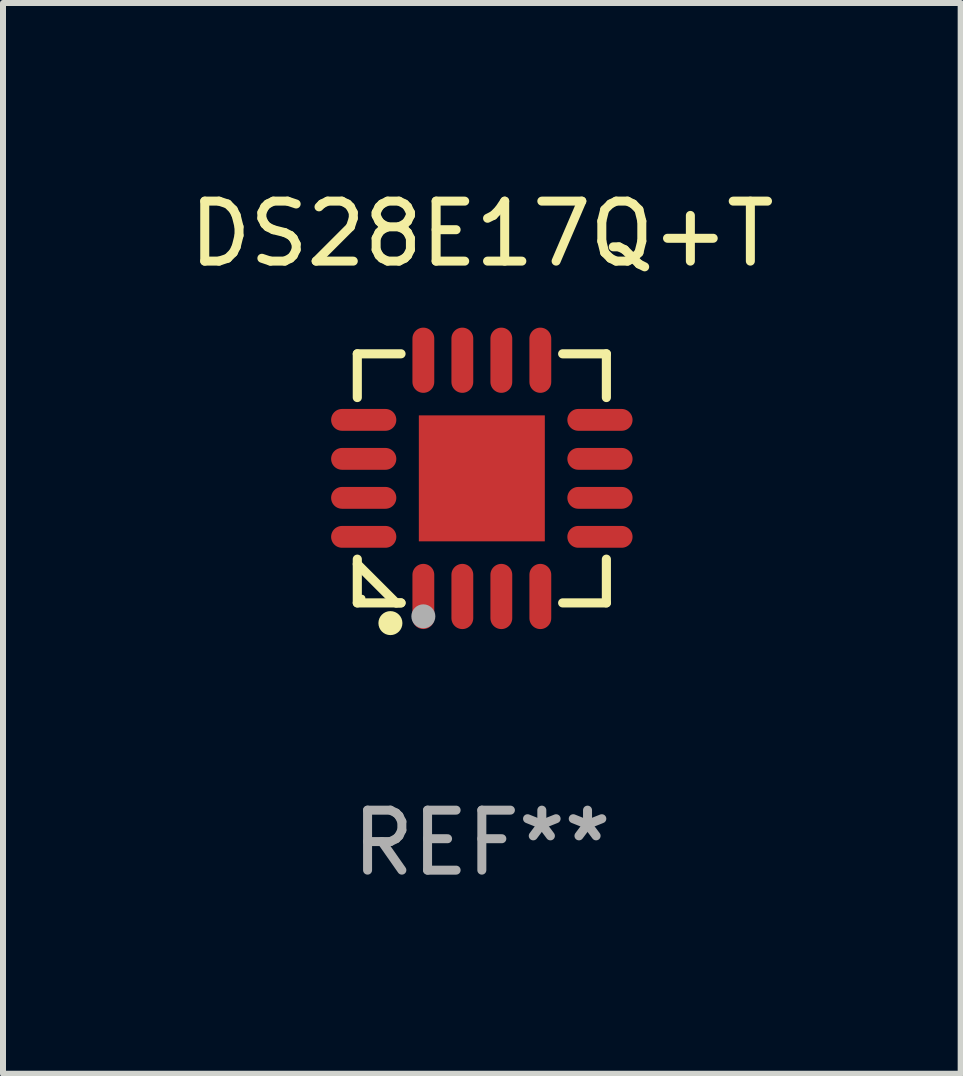
<source format=kicad_pcb>
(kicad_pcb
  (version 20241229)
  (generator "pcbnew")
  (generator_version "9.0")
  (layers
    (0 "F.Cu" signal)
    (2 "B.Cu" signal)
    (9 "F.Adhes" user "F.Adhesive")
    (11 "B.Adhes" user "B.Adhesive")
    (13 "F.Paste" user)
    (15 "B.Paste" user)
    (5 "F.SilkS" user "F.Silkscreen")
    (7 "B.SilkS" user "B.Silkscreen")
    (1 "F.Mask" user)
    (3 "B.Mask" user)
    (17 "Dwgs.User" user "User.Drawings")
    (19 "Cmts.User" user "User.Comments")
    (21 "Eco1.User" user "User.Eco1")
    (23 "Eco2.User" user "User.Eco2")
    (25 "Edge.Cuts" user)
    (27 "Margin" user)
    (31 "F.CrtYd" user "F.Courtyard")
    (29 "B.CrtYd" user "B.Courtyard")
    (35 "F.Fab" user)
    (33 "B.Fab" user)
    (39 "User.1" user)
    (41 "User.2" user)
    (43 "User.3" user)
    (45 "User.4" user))
  (footprint "DS28E17Q+T"
    (layer "F.Cu")
    (at 4.982 4.924)
    (property "Reference" "DS28E17Q+T" (at 0 -4.076 0) (layer "F.SilkS") (effects (font (size 1 1) (thickness 0.15))))
    (attr through_hole)
    (fp_line (start -2.076 -2.076) (end -1.347 -2.076) (stroke (width 0.152) (type solid)) (layer "F.SilkS"))
    (fp_line (start -2.076 -1.347) (end -2.076 -2.076) (stroke (width 0.152) (type solid)) (layer "F.SilkS"))
    (fp_line (start -2.076 1.347) (end -2.076 2.076) (stroke (width 0.152) (type solid)) (layer "F.SilkS"))
    (fp_line (start -2.076 2.076) (end -1.347 2.076) (stroke (width 0.152) (type solid)) (layer "F.SilkS"))
    (fp_line (start -1.429 2.076) (end -2.076 1.429) (stroke (width 0.152) (type solid)) (layer "F.SilkS"))
    (fp_line (start -1.347 2.076) (end -1.429 2.076) (stroke (width 0.152) (type solid)) (layer "F.SilkS"))
    (fp_line (start 2.076 -2.076) (end 1.347 -2.076) (stroke (width 0.152) (type solid)) (layer "F.SilkS"))
    (fp_line (start 2.076 -1.347) (end 2.076 -2.076) (stroke (width 0.152) (type solid)) (layer "F.SilkS"))
    (fp_line (start 2.076 1.347) (end 2.076 2.076) (stroke (width 0.152) (type solid)) (layer "F.SilkS"))
    (fp_line (start 2.076 2.076) (end 1.347 2.076) (stroke (width 0.152) (type solid)) (layer "F.SilkS"))
    (fp_circle (center -2 2) (end -1.97 2) (stroke (width 0.06) (type solid)) (fill no) (layer "F.SilkS"))
    (fp_circle (center -1.524 2.413) (end -1.424 2.413) (stroke (width 0.2) (type solid)) (fill no) (layer "F.SilkS"))
    (fp_circle (center -0.975 2.3) (end -0.875 2.3) (stroke (width 0.2) (type solid)) (fill no) (layer "F.Fab"))
    (fp_text user "REF**" (at 0 6.076 0) (layer "F.Fab") (effects (font (size 1 1) (thickness 0.15))))
    (pad "1" smd oval (at -0.975 1.969) (size 0.364 1.087) (layers "F.Cu" "F.Mask" "F.Paste"))
    (pad "2" smd oval (at -0.325 1.969) (size 0.364 1.087) (layers "F.Cu" "F.Mask" "F.Paste"))
    (pad "3" smd oval (at 0.325 1.969) (size 0.364 1.087) (layers "F.Cu" "F.Mask" "F.Paste"))
    (pad "4" smd oval (at 0.975 1.969) (size 0.364 1.087) (layers "F.Cu" "F.Mask" "F.Paste"))
    (pad "5" smd oval (at 1.969 0.975) (size 1.087 0.364) (layers "F.Cu" "F.Mask" "F.Paste"))
    (pad "6" smd oval (at 1.969 0.325) (size 1.087 0.364) (layers "F.Cu" "F.Mask" "F.Paste"))
    (pad "7" smd oval (at 1.969 -0.325) (size 1.087 0.364) (layers "F.Cu" "F.Mask" "F.Paste"))
    (pad "8" smd oval (at 1.969 -0.975) (size 1.087 0.364) (layers "F.Cu" "F.Mask" "F.Paste"))
    (pad "9" smd oval (at 0.975 -1.969) (size 0.364 1.087) (layers "F.Cu" "F.Mask" "F.Paste"))
    (pad "10" smd oval (at 0.325 -1.969) (size 0.364 1.087) (layers "F.Cu" "F.Mask" "F.Paste"))
    (pad "11" smd oval (at -0.325 -1.969) (size 0.364 1.087) (layers "F.Cu" "F.Mask" "F.Paste"))
    (pad "12" smd oval (at -0.975 -1.969) (size 0.364 1.087) (layers "F.Cu" "F.Mask" "F.Paste"))
    (pad "13" smd oval (at -1.969 -0.975) (size 1.087 0.364) (layers "F.Cu" "F.Mask" "F.Paste"))
    (pad "14" smd oval (at -1.969 -0.325) (size 1.087 0.364) (layers "F.Cu" "F.Mask" "F.Paste"))
    (pad "15" smd oval (at -1.969 0.325) (size 1.087 0.364) (layers "F.Cu" "F.Mask" "F.Paste"))
    (pad "16" smd oval (at -1.969 0.975) (size 1.087 0.364) (layers "F.Cu" "F.Mask" "F.Paste"))
    (pad "17" smd rect (at 0 0) (size 2.1 2.1) (layers "F.Cu" "F.Mask" "F.Paste")))
  (gr_rect
    (start -3 -3)
    (end 12.964 14.849)
    (stroke (width 0.1) (type default))
    (fill no)
    (layer "Edge.Cuts")))
</source>
